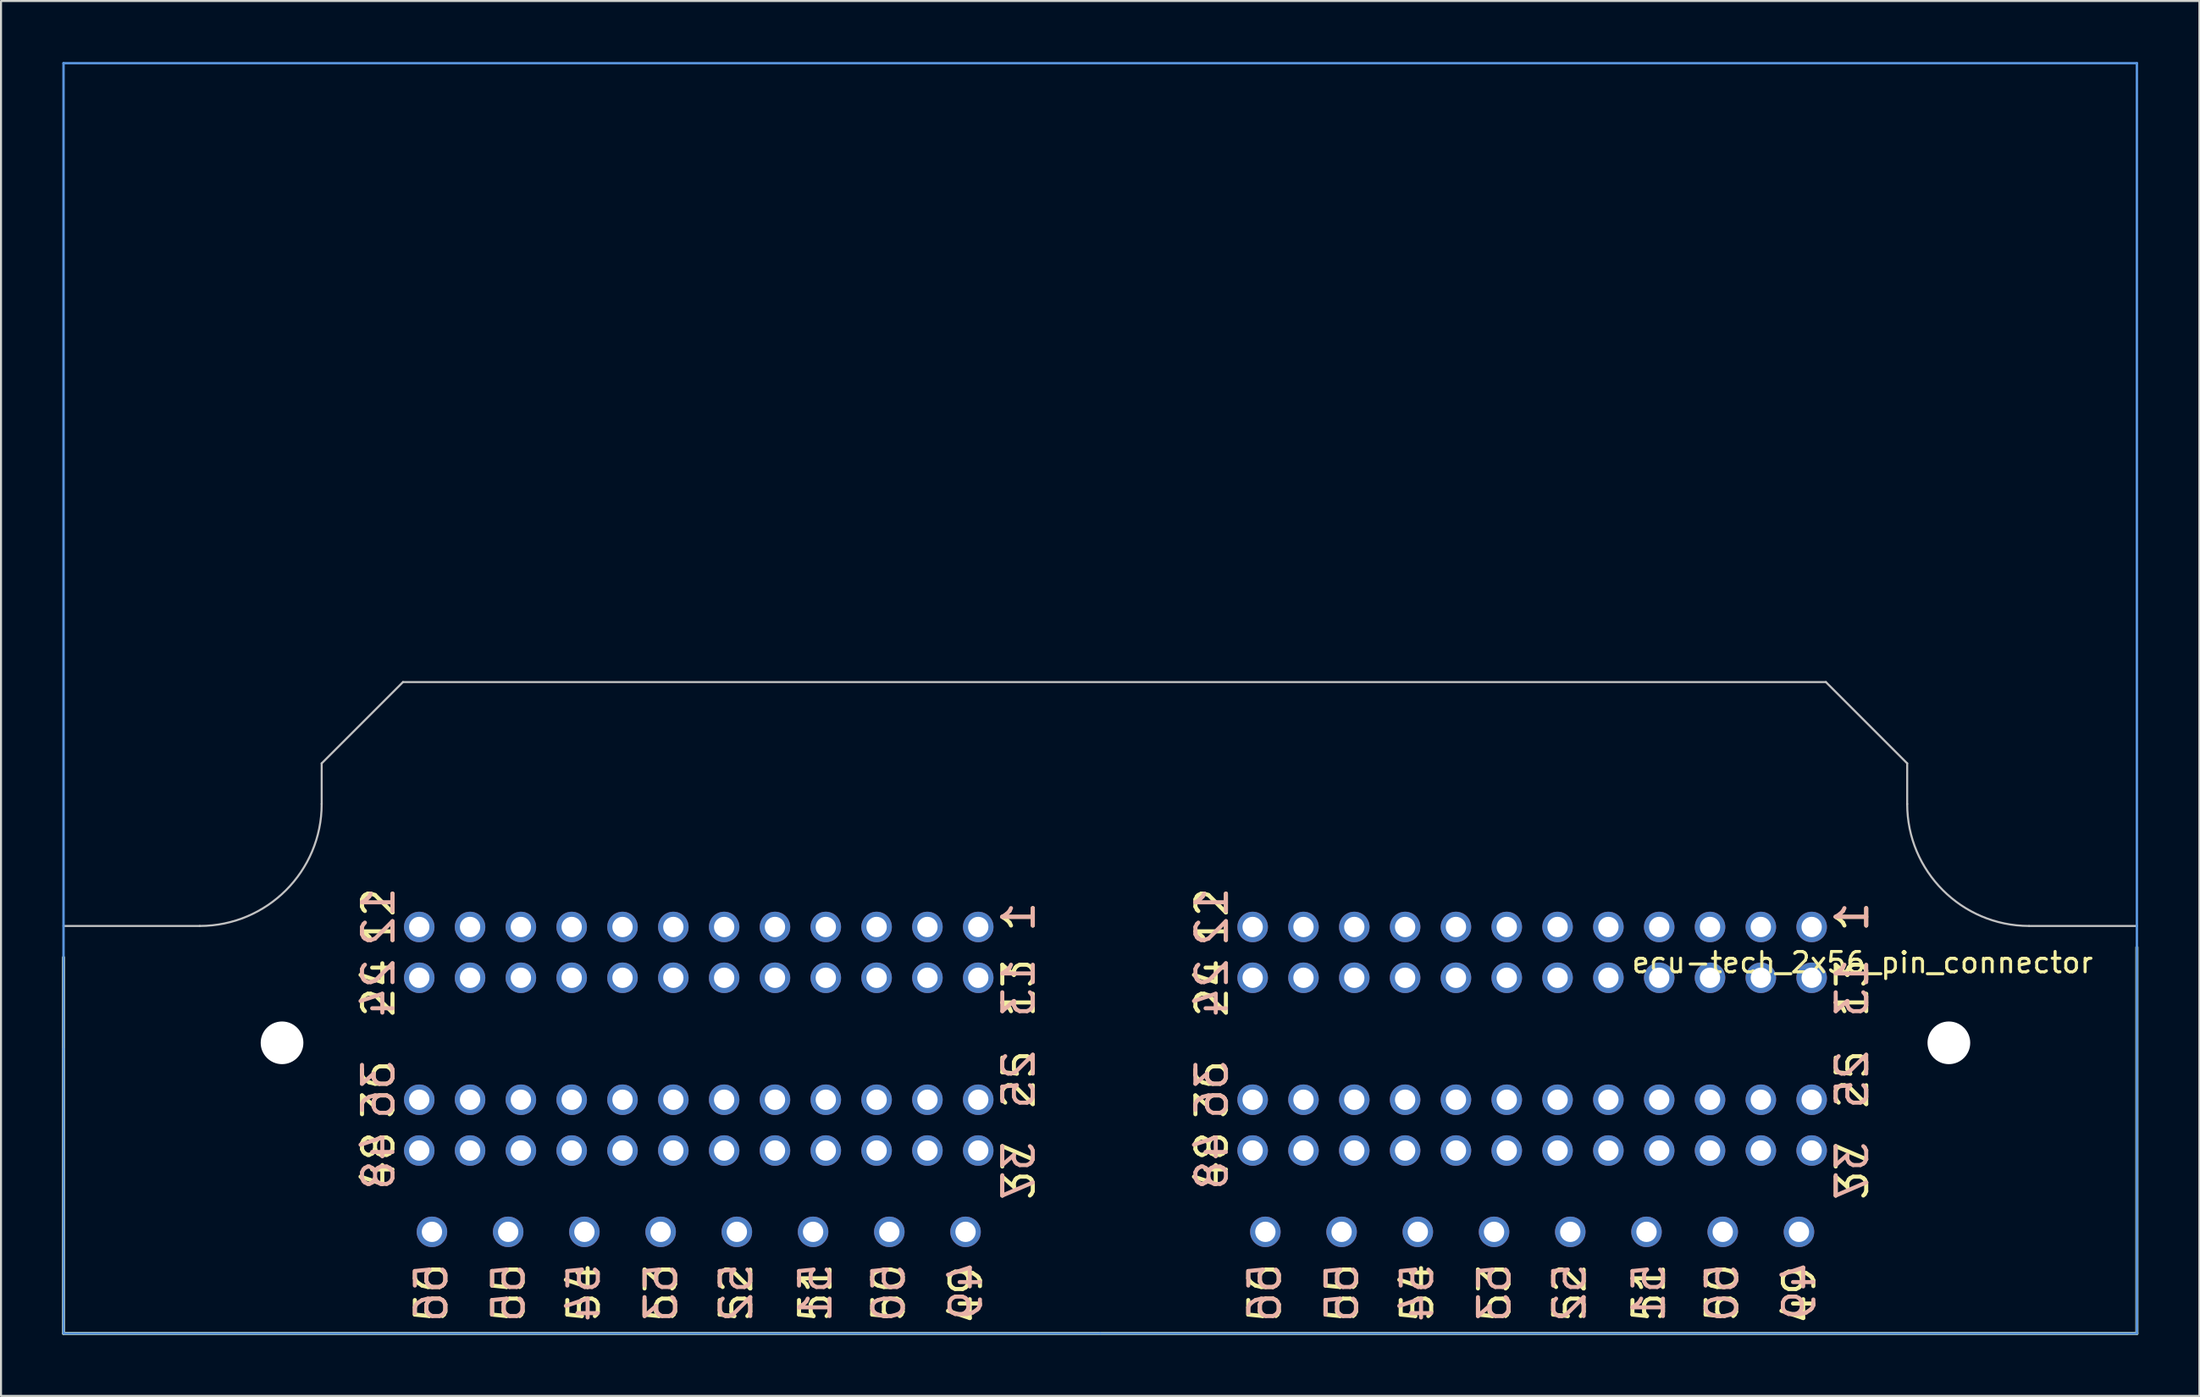
<source format=kicad_pcb>
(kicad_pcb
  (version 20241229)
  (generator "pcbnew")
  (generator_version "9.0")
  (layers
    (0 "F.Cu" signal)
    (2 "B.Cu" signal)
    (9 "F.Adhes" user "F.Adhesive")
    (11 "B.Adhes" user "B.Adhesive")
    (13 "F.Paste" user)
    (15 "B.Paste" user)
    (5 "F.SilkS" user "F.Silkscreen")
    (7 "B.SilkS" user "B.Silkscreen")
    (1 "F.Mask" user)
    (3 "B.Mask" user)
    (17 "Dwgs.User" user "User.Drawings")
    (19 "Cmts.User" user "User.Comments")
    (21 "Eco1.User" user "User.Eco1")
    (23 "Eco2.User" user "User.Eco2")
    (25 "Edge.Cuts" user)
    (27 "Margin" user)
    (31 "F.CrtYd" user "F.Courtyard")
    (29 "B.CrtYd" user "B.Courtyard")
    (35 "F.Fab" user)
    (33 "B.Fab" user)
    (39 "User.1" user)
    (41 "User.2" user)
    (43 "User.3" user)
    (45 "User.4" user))
  (footprint "ecu-tech_2x56_pin_connector"
    (layer "F.Cu")
    (at 86.075 42.56)
    (property "Reference" "ecu-tech_2x56_pin_connector" (at 2.5 1.75 0) (layer "F.SilkS") (effects (font (size 1 1) (thickness 0.15))))
    (attr through_hole)
    (fp_line (start -86 1.5) (end -86 20) (stroke (width 0.15) (type solid)) (layer "F.SilkS"))
    (fp_line (start -86 20) (end 16 20) (stroke (width 0.15) (type solid)) (layer "F.SilkS"))
    (fp_line (start 16 20) (end 16 1) (stroke (width 0.15) (type solid)) (layer "F.SilkS"))
    (fp_line (start -86 -0.05) (end -79.3 -0.05) (stroke (width 0.1) (type solid)) (layer "Dwgs.User"))
    (fp_line (start -73.3 -8.05) (end -69.3 -12.05) (stroke (width 0.1) (type solid)) (layer "Dwgs.User"))
    (fp_line (start -73.3 -6.05) (end -73.3 -8.05) (stroke (width 0.1) (type solid)) (layer "Dwgs.User"))
    (fp_line (start -69.3 -12.05) (end 0.7 -12.05) (stroke (width 0.1) (type solid)) (layer "Dwgs.User"))
    (fp_line (start 4.7 -8.05) (end 0.7 -12.05) (stroke (width 0.1) (type solid)) (layer "Dwgs.User"))
    (fp_line (start 4.7 -6.05) (end 4.7 -8.05) (stroke (width 0.1) (type solid)) (layer "Dwgs.User"))
    (fp_line (start 16 -0.05) (end 10.7 -0.05) (stroke (width 0.1) (type solid)) (layer "Dwgs.User"))
    (fp_arc (start -73.3 -6.05) (mid -75.057359 -1.807359) (end -79.3 -0.05) (stroke (width 0.1) (type solid)) (layer "Dwgs.User"))
    (fp_arc (start 10.689528 -0.050009) (mid 6.453658 -1.811063) (end 4.7 -6.05) (stroke (width 0.1) (type solid)) (layer "Dwgs.User"))
    (fp_line (start -86 -42.5) (end 16 -42.5) (stroke (width 0.12) (type solid)) (layer "Cmts.User"))
    (fp_line (start -86 6) (end -86 -42.5) (stroke (width 0.12) (type solid)) (layer "Cmts.User"))
    (fp_line (start -86 6) (end -86 20) (stroke (width 0.12) (type solid)) (layer "Cmts.User"))
    (fp_line (start -35 20) (end -86 20) (stroke (width 0.12) (type solid)) (layer "Cmts.User"))
    (fp_line (start -35 20) (end 16 20) (stroke (width 0.12) (type solid)) (layer "Cmts.User"))
    (fp_line (start 16 -42.5) (end 16 20) (stroke (width 0.12) (type solid)) (layer "Cmts.User"))
    (fp_text user "52" (at -52.9 18 90) (layer "F.SilkS") (effects (font (size 1.5 1.5) (thickness 0.2))))
    (fp_text user "48" (at -29.5 11.5 90) (layer "F.SilkS") (effects (font (size 1.5 1.5) (thickness 0.2))))
    (fp_text user "24" (at -70.5 3 90) (layer "F.SilkS") (effects (font (size 1.5 1.5) (thickness 0.2))))
    (fp_text user "36" (at -29.5 8 90) (layer "F.SilkS") (effects (font (size 1.5 1.5) (thickness 0.2))))
    (fp_text user "53" (at -15.6 18 90) (layer "F.SilkS") (effects (font (size 1.5 1.5) (thickness 0.2))))
    (fp_text user "54" (at -19.4 18 90) (layer "F.SilkS") (effects (font (size 1.5 1.5) (thickness 0.2))))
    (fp_text user "12" (at -70.5 -0.5 90) (layer "F.SilkS") (effects (font (size 1.5 1.5) (thickness 0.2))))
    (fp_text user "1" (at 2 -0.5 90) (layer "F.SilkS") (effects (font (size 1.5 1.5) (thickness 0.2))))
    (fp_text user "53" (at -56.6 18 90) (layer "F.SilkS") (effects (font (size 1.5 1.5) (thickness 0.2))))
    (fp_text user "51" (at -8 18 90) (layer "F.SilkS") (effects (font (size 1.5 1.5) (thickness 0.2))))
    (fp_text user "12" (at -29.5 -0.5 90) (layer "F.SilkS") (effects (font (size 1.5 1.5) (thickness 0.2))))
    (fp_text user "49" (at -41.6 18.1 90) (layer "F.SilkS") (effects (font (size 1.5 1.5) (thickness 0.2))))
    (fp_text user "25" (at 2 7.5 90) (layer "F.SilkS") (effects (font (size 1.5 1.5) (thickness 0.2))))
    (fp_text user "13" (at 2 3 90) (layer "F.SilkS") (effects (font (size 1.5 1.5) (thickness 0.2))))
    (fp_text user "25" (at -39 7.5 90) (layer "F.SilkS") (effects (font (size 1.5 1.5) (thickness 0.2))))
    (fp_text user "56" (at -26.9 18 90) (layer "F.SilkS") (effects (font (size 1.5 1.5) (thickness 0.2))))
    (fp_text user "1" (at -39 -0.5 90) (layer "F.SilkS") (effects (font (size 1.5 1.5) (thickness 0.2))))
    (fp_text user "50" (at -45.4 18 90) (layer "F.SilkS") (effects (font (size 1.5 1.5) (thickness 0.2))))
    (fp_text user "55" (at -64.1 18 90) (layer "F.SilkS") (effects (font (size 1.5 1.5) (thickness 0.2))))
    (fp_text user "37" (at 2 12 90) (layer "F.SilkS") (effects (font (size 1.5 1.5) (thickness 0.2))))
    (fp_text user "13" (at -39 3 90) (layer "F.SilkS") (effects (font (size 1.5 1.5) (thickness 0.2))))
    (fp_text user "37" (at -39 12 90) (layer "F.SilkS") (effects (font (size 1.5 1.5) (thickness 0.2))))
    (fp_text user "50" (at -4.4 18 90) (layer "F.SilkS") (effects (font (size 1.5 1.5) (thickness 0.2))))
    (fp_text user "54" (at -60.4 18 90) (layer "F.SilkS") (effects (font (size 1.5 1.5) (thickness 0.2))))
    (fp_text user "48" (at -70.5 11.5 90) (layer "F.SilkS") (effects (font (size 1.5 1.5) (thickness 0.2))))
    (fp_text user "56" (at -67.9 18 90) (layer "F.SilkS") (effects (font (size 1.5 1.5) (thickness 0.2))))
    (fp_text user "49" (at -0.6 18.1 90) (layer "F.SilkS") (effects (font (size 1.5 1.5) (thickness 0.2))))
    (fp_text user "51" (at -49 18 90) (layer "F.SilkS") (effects (font (size 1.5 1.5) (thickness 0.2))))
    (fp_text user "36" (at -70.5 8 90) (layer "F.SilkS") (effects (font (size 1.5 1.5) (thickness 0.2))))
    (fp_text user "24" (at -29.5 3 90) (layer "F.SilkS") (effects (font (size 1.5 1.5) (thickness 0.2))))
    (fp_text user "55" (at -23.1 18 90) (layer "F.SilkS") (effects (font (size 1.5 1.5) (thickness 0.2))))
    (fp_text user "52" (at -11.9 18 90) (layer "F.SilkS") (effects (font (size 1.5 1.5) (thickness 0.2))))
    (fp_text user "53" (at -56.6 18 270) (layer "B.SilkS") (effects (font (size 1.5 1.5) (thickness 0.2)) (justify mirror)))
    (fp_text user "50" (at -45.4 18 270) (layer "B.SilkS") (effects (font (size 1.5 1.5) (thickness 0.2)) (justify mirror)))
    (fp_text user "24" (at -29.5 3 90) (layer "B.SilkS") (effects (font (size 1.5 1.5) (thickness 0.2)) (justify mirror)))
    (fp_text user "1" (at -39 -0.5 90) (layer "B.SilkS") (effects (font (size 1.5 1.5) (thickness 0.2)) (justify mirror)))
    (fp_text user "36" (at -29.5 8 90) (layer "B.SilkS") (effects (font (size 1.5 1.5) (thickness 0.2)) (justify mirror)))
    (fp_text user "54" (at -60.4 18 270) (layer "B.SilkS") (effects (font (size 1.5 1.5) (thickness 0.2)) (justify mirror)))
    (fp_text user "52" (at -11.9 18 270) (layer "B.SilkS") (effects (font (size 1.5 1.5) (thickness 0.2)) (justify mirror)))
    (fp_text user "37" (at -39 12 90) (layer "B.SilkS") (effects (font (size 1.5 1.5) (thickness 0.2)) (justify mirror)))
    (fp_text user "12" (at -70.5 -0.5 90) (layer "B.SilkS") (effects (font (size 1.5 1.5) (thickness 0.2)) (justify mirror)))
    (fp_text user "48" (at -29.5 11.5 90) (layer "B.SilkS") (effects (font (size 1.5 1.5) (thickness 0.2)) (justify mirror)))
    (fp_text user "48" (at -70.5 11.5 90) (layer "B.SilkS") (effects (font (size 1.5 1.5) (thickness 0.2)) (justify mirror)))
    (fp_text user "25" (at -39 7.5 90) (layer "B.SilkS") (effects (font (size 1.5 1.5) (thickness 0.2)) (justify mirror)))
    (fp_text user "36" (at -70.5 8 90) (layer "B.SilkS") (effects (font (size 1.5 1.5) (thickness 0.2)) (justify mirror)))
    (fp_text user "13" (at 2 3 90) (layer "B.SilkS") (effects (font (size 1.5 1.5) (thickness 0.2)) (justify mirror)))
    (fp_text user "13" (at -39 3 90) (layer "B.SilkS") (effects (font (size 1.5 1.5) (thickness 0.2)) (justify mirror)))
    (fp_text user "56" (at -67.9 18 270) (layer "B.SilkS") (effects (font (size 1.5 1.5) (thickness 0.2)) (justify mirror)))
    (fp_text user "52" (at -52.9 18 270) (layer "B.SilkS") (effects (font (size 1.5 1.5) (thickness 0.2)) (justify mirror)))
    (fp_text user "37" (at 2 12 90) (layer "B.SilkS") (effects (font (size 1.5 1.5) (thickness 0.2)) (justify mirror)))
    (fp_text user "49" (at -0.6 17.9 270) (layer "B.SilkS") (effects (font (size 1.5 1.5) (thickness 0.2)) (justify mirror)))
    (fp_text user "50" (at -4.4 18 270) (layer "B.SilkS") (effects (font (size 1.5 1.5) (thickness 0.2)) (justify mirror)))
    (fp_text user "55" (at -23.1 18 270) (layer "B.SilkS") (effects (font (size 1.5 1.5) (thickness 0.2)) (justify mirror)))
    (fp_text user "1" (at 2 -0.5 90) (layer "B.SilkS") (effects (font (size 1.5 1.5) (thickness 0.2)) (justify mirror)))
    (fp_text user "56" (at -26.9 18 270) (layer "B.SilkS") (effects (font (size 1.5 1.5) (thickness 0.2)) (justify mirror)))
    (fp_text user "53" (at -15.6 18 270) (layer "B.SilkS") (effects (font (size 1.5 1.5) (thickness 0.2)) (justify mirror)))
    (fp_text user "55" (at -64.1 18 270) (layer "B.SilkS") (effects (font (size 1.5 1.5) (thickness 0.2)) (justify mirror)))
    (fp_text user "51" (at -49 18 270) (layer "B.SilkS") (effects (font (size 1.5 1.5) (thickness 0.2)) (justify mirror)))
    (fp_text user "25" (at 2 7.5 90) (layer "B.SilkS") (effects (font (size 1.5 1.5) (thickness 0.2)) (justify mirror)))
    (fp_text user "49" (at -41.6 17.9 270) (layer "B.SilkS") (effects (font (size 1.5 1.5) (thickness 0.2)) (justify mirror)))
    (fp_text user "24" (at -70.5 3 90) (layer "B.SilkS") (effects (font (size 1.5 1.5) (thickness 0.2)) (justify mirror)))
    (fp_text user "54" (at -19.4 18 270) (layer "B.SilkS") (effects (font (size 1.5 1.5) (thickness 0.2)) (justify mirror)))
    (fp_text user "12" (at -29.5 -0.5 90) (layer "B.SilkS") (effects (font (size 1.5 1.5) (thickness 0.2)) (justify mirror)))
    (fp_text user "51" (at -8 18 270) (layer "B.SilkS") (effects (font (size 1.5 1.5) (thickness 0.2)) (justify mirror)))
    (pad "" np_thru_hole circle (at -75.25 5.7 90) (size 2.1 2.1) (drill 2.1) (layers "*.Cu" "*.Mask"))
    (pad "" np_thru_hole circle (at 6.75 5.7 90) (size 2.1 2.1) (drill 2.1) (layers "*.Cu" "*.Mask"))
    (pad "1" thru_hole circle (at 0 0 90) (size 1.5 1.5) (drill 1) (layers "*.Cu" "*.Mask"))
    (pad "2" thru_hole circle (at -2.5 0 90) (size 1.5 1.5) (drill 1) (layers "*.Cu" "*.Mask"))
    (pad "3" thru_hole circle (at -5 0 90) (size 1.5 1.5) (drill 1) (layers "*.Cu" "*.Mask"))
    (pad "4" thru_hole circle (at -7.5 0 90) (size 1.5 1.5) (drill 1) (layers "*.Cu" "*.Mask"))
    (pad "5" thru_hole circle (at -10 0 90) (size 1.5 1.5) (drill 1) (layers "*.Cu" "*.Mask"))
    (pad "6" thru_hole circle (at -12.5 0 90) (size 1.5 1.5) (drill 1) (layers "*.Cu" "*.Mask"))
    (pad "7" thru_hole circle (at -15 0 90) (size 1.5 1.5) (drill 1) (layers "*.Cu" "*.Mask"))
    (pad "8" thru_hole circle (at -17.5 0 90) (size 1.5 1.5) (drill 1) (layers "*.Cu" "*.Mask"))
    (pad "9" thru_hole circle (at -20 0 90) (size 1.5 1.5) (drill 1) (layers "*.Cu" "*.Mask"))
    (pad "10" thru_hole circle (at -22.5 0 90) (size 1.5 1.5) (drill 1) (layers "*.Cu" "*.Mask"))
    (pad "11" thru_hole circle (at -25 0 90) (size 1.5 1.5) (drill 1) (layers "*.Cu" "*.Mask"))
    (pad "12" thru_hole circle (at -27.5 0 90) (size 1.5 1.5) (drill 1) (layers "*.Cu" "*.Mask"))
    (pad "13" thru_hole circle (at 0 2.5 90) (size 1.5 1.5) (drill 1) (layers "*.Cu" "*.Mask"))
    (pad "14" thru_hole circle (at -2.5 2.5 90) (size 1.5 1.5) (drill 1) (layers "*.Cu" "*.Mask"))
    (pad "15" thru_hole circle (at -5 2.5 90) (size 1.5 1.5) (drill 1) (layers "*.Cu" "*.Mask"))
    (pad "16" thru_hole circle (at -7.5 2.5 90) (size 1.5 1.5) (drill 1) (layers "*.Cu" "*.Mask"))
    (pad "17" thru_hole circle (at -10 2.5 90) (size 1.5 1.5) (drill 1) (layers "*.Cu" "*.Mask"))
    (pad "18" thru_hole circle (at -12.5 2.5 90) (size 1.5 1.5) (drill 1) (layers "*.Cu" "*.Mask"))
    (pad "19" thru_hole circle (at -15 2.5 90) (size 1.5 1.5) (drill 1) (layers "*.Cu" "*.Mask"))
    (pad "20" thru_hole circle (at -17.5 2.5 90) (size 1.5 1.5) (drill 1) (layers "*.Cu" "*.Mask"))
    (pad "21" thru_hole circle (at -20 2.5 90) (size 1.5 1.5) (drill 1) (layers "*.Cu" "*.Mask"))
    (pad "22" thru_hole circle (at -22.5 2.5 90) (size 1.5 1.5) (drill 1) (layers "*.Cu" "*.Mask"))
    (pad "23" thru_hole circle (at -25 2.5 90) (size 1.5 1.5) (drill 1) (layers "*.Cu" "*.Mask"))
    (pad "24" thru_hole circle (at -27.5 2.5 90) (size 1.5 1.5) (drill 1) (layers "*.Cu" "*.Mask"))
    (pad "25" thru_hole circle (at 0 8.5 90) (size 1.5 1.5) (drill 1) (layers "*.Cu" "*.Mask"))
    (pad "26" thru_hole circle (at -2.5 8.5 90) (size 1.5 1.5) (drill 1) (layers "*.Cu" "*.Mask"))
    (pad "27" thru_hole circle (at -5 8.5 90) (size 1.5 1.5) (drill 1) (layers "*.Cu" "*.Mask"))
    (pad "28" thru_hole circle (at -7.5 8.5 90) (size 1.5 1.5) (drill 1) (layers "*.Cu" "*.Mask"))
    (pad "29" thru_hole circle (at -10 8.5 90) (size 1.5 1.5) (drill 1) (layers "*.Cu" "*.Mask"))
    (pad "30" thru_hole circle (at -12.5 8.5 90) (size 1.5 1.5) (drill 1) (layers "*.Cu" "*.Mask"))
    (pad "31" thru_hole circle (at -15 8.5 90) (size 1.5 1.5) (drill 1) (layers "*.Cu" "*.Mask"))
    (pad "32" thru_hole circle (at -17.5 8.5 90) (size 1.5 1.5) (drill 1) (layers "*.Cu" "*.Mask"))
    (pad "33" thru_hole circle (at -20 8.5 90) (size 1.5 1.5) (drill 1) (layers "*.Cu" "*.Mask"))
    (pad "34" thru_hole circle (at -22.5 8.5 90) (size 1.5 1.5) (drill 1) (layers "*.Cu" "*.Mask"))
    (pad "35" thru_hole circle (at -25 8.5 90) (size 1.5 1.5) (drill 1) (layers "*.Cu" "*.Mask"))
    (pad "36" thru_hole circle (at -27.5 8.5 90) (size 1.5 1.5) (drill 1) (layers "*.Cu" "*.Mask"))
    (pad "37" thru_hole circle (at 0 11 90) (size 1.5 1.5) (drill 1) (layers "*.Cu" "*.Mask"))
    (pad "38" thru_hole circle (at -2.5 11 90) (size 1.5 1.5) (drill 1) (layers "*.Cu" "*.Mask"))
    (pad "39" thru_hole circle (at -5 11 90) (size 1.5 1.5) (drill 1) (layers "*.Cu" "*.Mask"))
    (pad "40" thru_hole circle (at -7.5 11 90) (size 1.5 1.5) (drill 1) (layers "*.Cu" "*.Mask"))
    (pad "41" thru_hole circle (at -10 11 90) (size 1.5 1.5) (drill 1) (layers "*.Cu" "*.Mask"))
    (pad "42" thru_hole circle (at -12.5 11 90) (size 1.5 1.5) (drill 1) (layers "*.Cu" "*.Mask"))
    (pad "43" thru_hole circle (at -15 11 90) (size 1.5 1.5) (drill 1) (layers "*.Cu" "*.Mask"))
    (pad "44" thru_hole circle (at -17.5 11 90) (size 1.5 1.5) (drill 1) (layers "*.Cu" "*.Mask"))
    (pad "45" thru_hole circle (at -20 11 90) (size 1.5 1.5) (drill 1) (layers "*.Cu" "*.Mask"))
    (pad "46" thru_hole circle (at -22.5 11 90) (size 1.5 1.5) (drill 1) (layers "*.Cu" "*.Mask"))
    (pad "47" thru_hole circle (at -25 11 90) (size 1.5 1.5) (drill 1) (layers "*.Cu" "*.Mask"))
    (pad "48" thru_hole circle (at -27.5 11 90) (size 1.5 1.5) (drill 1) (layers "*.Cu" "*.Mask"))
    (pad "49" thru_hole circle (at -0.625 15 90) (size 1.5 1.5) (drill 1) (layers "*.Cu" "*.Mask"))
    (pad "50" thru_hole circle (at -4.375 15 90) (size 1.5 1.5) (drill 1) (layers "*.Cu" "*.Mask"))
    (pad "51" thru_hole circle (at -8.125 15 90) (size 1.5 1.5) (drill 1) (layers "*.Cu" "*.Mask"))
    (pad "52" thru_hole circle (at -11.875 15 90) (size 1.5 1.5) (drill 1) (layers "*.Cu" "*.Mask"))
    (pad "53" thru_hole circle (at -15.625 15 90) (size 1.5 1.5) (drill 1) (layers "*.Cu" "*.Mask"))
    (pad "54" thru_hole circle (at -19.375 15 90) (size 1.5 1.5) (drill 1) (layers "*.Cu" "*.Mask"))
    (pad "55" thru_hole circle (at -23.125 15 90) (size 1.5 1.5) (drill 1) (layers "*.Cu" "*.Mask"))
    (pad "56" thru_hole circle (at -26.875 15 90) (size 1.5 1.5) (drill 1) (layers "*.Cu" "*.Mask"))
    (pad "57" thru_hole circle (at -41 0 90) (size 1.5 1.5) (drill 1) (layers "*.Cu" "*.Mask"))
    (pad "58" thru_hole circle (at -43.5 0 90) (size 1.5 1.5) (drill 1) (layers "*.Cu" "*.Mask"))
    (pad "59" thru_hole circle (at -46 0 90) (size 1.5 1.5) (drill 1) (layers "*.Cu" "*.Mask"))
    (pad "60" thru_hole circle (at -48.5 0 90) (size 1.5 1.5) (drill 1) (layers "*.Cu" "*.Mask"))
    (pad "61" thru_hole circle (at -51 0 90) (size 1.5 1.5) (drill 1) (layers "*.Cu" "*.Mask"))
    (pad "62" thru_hole circle (at -53.5 0 90) (size 1.5 1.5) (drill 1) (layers "*.Cu" "*.Mask"))
    (pad "63" thru_hole circle (at -56 0 90) (size 1.5 1.5) (drill 1) (layers "*.Cu" "*.Mask"))
    (pad "64" thru_hole circle (at -58.5 0 90) (size 1.5 1.5) (drill 1) (layers "*.Cu" "*.Mask"))
    (pad "65" thru_hole circle (at -61 0 90) (size 1.5 1.5) (drill 1) (layers "*.Cu" "*.Mask"))
    (pad "66" thru_hole circle (at -63.5 0 90) (size 1.5 1.5) (drill 1) (layers "*.Cu" "*.Mask"))
    (pad "67" thru_hole circle (at -66 0 90) (size 1.5 1.5) (drill 1) (layers "*.Cu" "*.Mask"))
    (pad "68" thru_hole circle (at -68.5 0 90) (size 1.5 1.5) (drill 1) (layers "*.Cu" "*.Mask"))
    (pad "69" thru_hole circle (at -41 2.5 90) (size 1.5 1.5) (drill 1) (layers "*.Cu" "*.Mask"))
    (pad "70" thru_hole circle (at -43.5 2.5 90) (size 1.5 1.5) (drill 1) (layers "*.Cu" "*.Mask"))
    (pad "71" thru_hole circle (at -46 2.5 90) (size 1.5 1.5) (drill 1) (layers "*.Cu" "*.Mask"))
    (pad "72" thru_hole circle (at -48.5 2.5 90) (size 1.5 1.5) (drill 1) (layers "*.Cu" "*.Mask"))
    (pad "73" thru_hole circle (at -51 2.5 90) (size 1.5 1.5) (drill 1) (layers "*.Cu" "*.Mask"))
    (pad "74" thru_hole circle (at -53.5 2.5 90) (size 1.5 1.5) (drill 1) (layers "*.Cu" "*.Mask"))
    (pad "75" thru_hole circle (at -56 2.5 90) (size 1.5 1.5) (drill 1) (layers "*.Cu" "*.Mask"))
    (pad "76" thru_hole circle (at -58.5 2.5 90) (size 1.5 1.5) (drill 1) (layers "*.Cu" "*.Mask"))
    (pad "77" thru_hole circle (at -61 2.5 90) (size 1.5 1.5) (drill 1) (layers "*.Cu" "*.Mask"))
    (pad "78" thru_hole circle (at -63.5 2.5 90) (size 1.5 1.5) (drill 1) (layers "*.Cu" "*.Mask"))
    (pad "79" thru_hole circle (at -66 2.5 90) (size 1.5 1.5) (drill 1) (layers "*.Cu" "*.Mask"))
    (pad "80" thru_hole circle (at -68.5 2.5 90) (size 1.5 1.5) (drill 1) (layers "*.Cu" "*.Mask"))
    (pad "81" thru_hole circle (at -41 8.5 90) (size 1.5 1.5) (drill 1) (layers "*.Cu" "*.Mask"))
    (pad "82" thru_hole circle (at -43.5 8.5 90) (size 1.5 1.5) (drill 1) (layers "*.Cu" "*.Mask"))
    (pad "83" thru_hole circle (at -46 8.5 90) (size 1.5 1.5) (drill 1) (layers "*.Cu" "*.Mask"))
    (pad "84" thru_hole circle (at -48.5 8.5 90) (size 1.5 1.5) (drill 1) (layers "*.Cu" "*.Mask"))
    (pad "85" thru_hole circle (at -51 8.5 90) (size 1.5 1.5) (drill 1) (layers "*.Cu" "*.Mask"))
    (pad "86" thru_hole circle (at -53.5 8.5 90) (size 1.5 1.5) (drill 1) (layers "*.Cu" "*.Mask"))
    (pad "87" thru_hole circle (at -56 8.5 90) (size 1.5 1.5) (drill 1) (layers "*.Cu" "*.Mask"))
    (pad "88" thru_hole circle (at -58.5 8.5 90) (size 1.5 1.5) (drill 1) (layers "*.Cu" "*.Mask"))
    (pad "89" thru_hole circle (at -61 8.5 90) (size 1.5 1.5) (drill 1) (layers "*.Cu" "*.Mask"))
    (pad "90" thru_hole circle (at -63.5 8.5 90) (size 1.5 1.5) (drill 1) (layers "*.Cu" "*.Mask"))
    (pad "91" thru_hole circle (at -66 8.5 90) (size 1.5 1.5) (drill 1) (layers "*.Cu" "*.Mask"))
    (pad "92" thru_hole circle (at -68.5 8.5 90) (size 1.5 1.5) (drill 1) (layers "*.Cu" "*.Mask"))
    (pad "93" thru_hole circle (at -41 11 90) (size 1.5 1.5) (drill 1) (layers "*.Cu" "*.Mask"))
    (pad "94" thru_hole circle (at -43.5 11 90) (size 1.5 1.5) (drill 1) (layers "*.Cu" "*.Mask"))
    (pad "95" thru_hole circle (at -46 11 90) (size 1.5 1.5) (drill 1) (layers "*.Cu" "*.Mask"))
    (pad "96" thru_hole circle (at -48.5 11 90) (size 1.5 1.5) (drill 1) (layers "*.Cu" "*.Mask"))
    (pad "97" thru_hole circle (at -51 11 90) (size 1.5 1.5) (drill 1) (layers "*.Cu" "*.Mask"))
    (pad "98" thru_hole circle (at -53.5 11 90) (size 1.5 1.5) (drill 1) (layers "*.Cu" "*.Mask"))
    (pad "99" thru_hole circle (at -56 11 90) (size 1.5 1.5) (drill 1) (layers "*.Cu" "*.Mask"))
    (pad "100" thru_hole circle (at -58.5 11 90) (size 1.5 1.5) (drill 1) (layers "*.Cu" "*.Mask"))
    (pad "101" thru_hole circle (at -61 11 90) (size 1.5 1.5) (drill 1) (layers "*.Cu" "*.Mask"))
    (pad "102" thru_hole circle (at -63.5 11 90) (size 1.5 1.5) (drill 1) (layers "*.Cu" "*.Mask"))
    (pad "103" thru_hole circle (at -66 11 90) (size 1.5 1.5) (drill 1) (layers "*.Cu" "*.Mask"))
    (pad "104" thru_hole circle (at -68.5 11 90) (size 1.5 1.5) (drill 1) (layers "*.Cu" "*.Mask"))
    (pad "105" thru_hole circle (at -41.625 15 90) (size 1.5 1.5) (drill 1) (layers "*.Cu" "*.Mask"))
    (pad "106" thru_hole circle (at -45.375 15 90) (size 1.5 1.5) (drill 1) (layers "*.Cu" "*.Mask"))
    (pad "107" thru_hole circle (at -49.125 15 90) (size 1.5 1.5) (drill 1) (layers "*.Cu" "*.Mask"))
    (pad "108" thru_hole circle (at -52.875 15 90) (size 1.5 1.5) (drill 1) (layers "*.Cu" "*.Mask"))
    (pad "109" thru_hole circle (at -56.625 15 90) (size 1.5 1.5) (drill 1) (layers "*.Cu" "*.Mask"))
    (pad "110" thru_hole circle (at -60.375 15 90) (size 1.5 1.5) (drill 1) (layers "*.Cu" "*.Mask"))
    (pad "111" thru_hole circle (at -64.125 15 90) (size 1.5 1.5) (drill 1) (layers "*.Cu" "*.Mask"))
    (pad "112" thru_hole circle (at -67.875 15 90) (size 1.5 1.5) (drill 1) (layers "*.Cu" "*.Mask")))
  (gr_rect
    (start -3 -3)
    (end 105.15 65.635)
    (stroke (width 0.1) (type default))
    (fill no)
    (layer "Edge.Cuts")))
</source>
